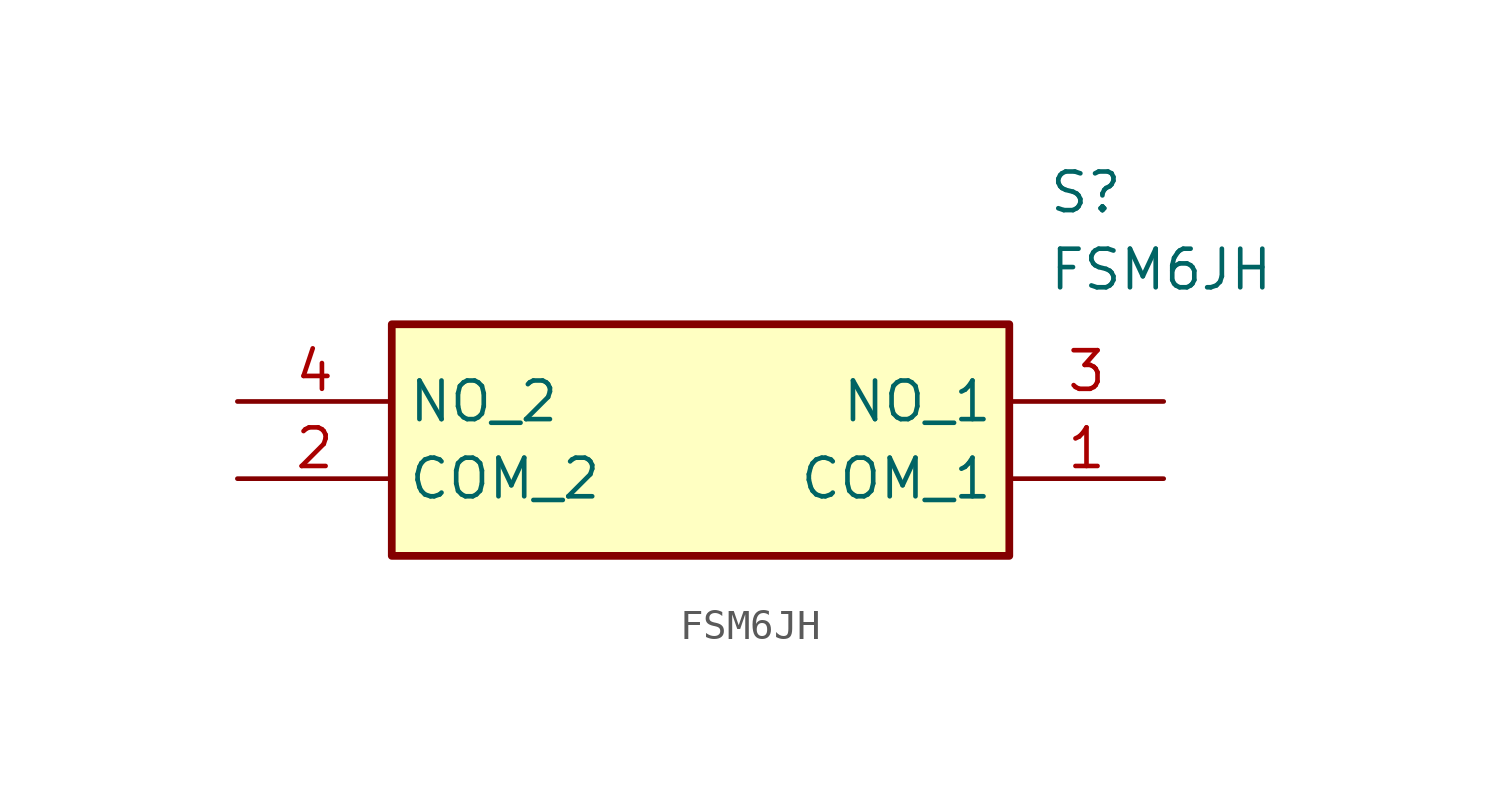
<source format=kicad_sym>
(kicad_symbol_lib
  (version 20211014)
  (generator SamacSys_ECAD_Model)
  (symbol "FSM6JH"
    (property "Reference" "S"
      (at 26.67 7.62 0)
      (effects (font (size 1.27 1.27)) (justify left top)))
    (property "Value" "FSM6JH"
      (at 26.67 5.08 0)
      (effects (font (size 1.27 1.27)) (justify left top)))
    (rectangle
      (start 5.08 2.54)
      (end 25.4 -5.08)
      (stroke (width 0.254) (type default))
      (fill (type background)))
    (pin passive line
      (at 30.48 -2.54 180)
      (length 5.08)
      (name "COM_1" (effects (font (size 1.27 1.27))))
      (number "1" (effects (font (size 1.27 1.27)))))
    (pin passive line
      (at 0 -2.54 0)
      (length 5.08)
      (name "COM_2" (effects (font (size 1.27 1.27))))
      (number "2" (effects (font (size 1.27 1.27)))))
    (pin passive line
      (at 30.48 0 180)
      (length 5.08)
      (name "NO_1" (effects (font (size 1.27 1.27))))
      (number "3" (effects (font (size 1.27 1.27)))))
    (pin passive line
      (at 0 0 0)
      (length 5.08)
      (name "NO_2" (effects (font (size 1.27 1.27))))
      (number "4" (effects (font (size 1.27 1.27)))))))
</source>
